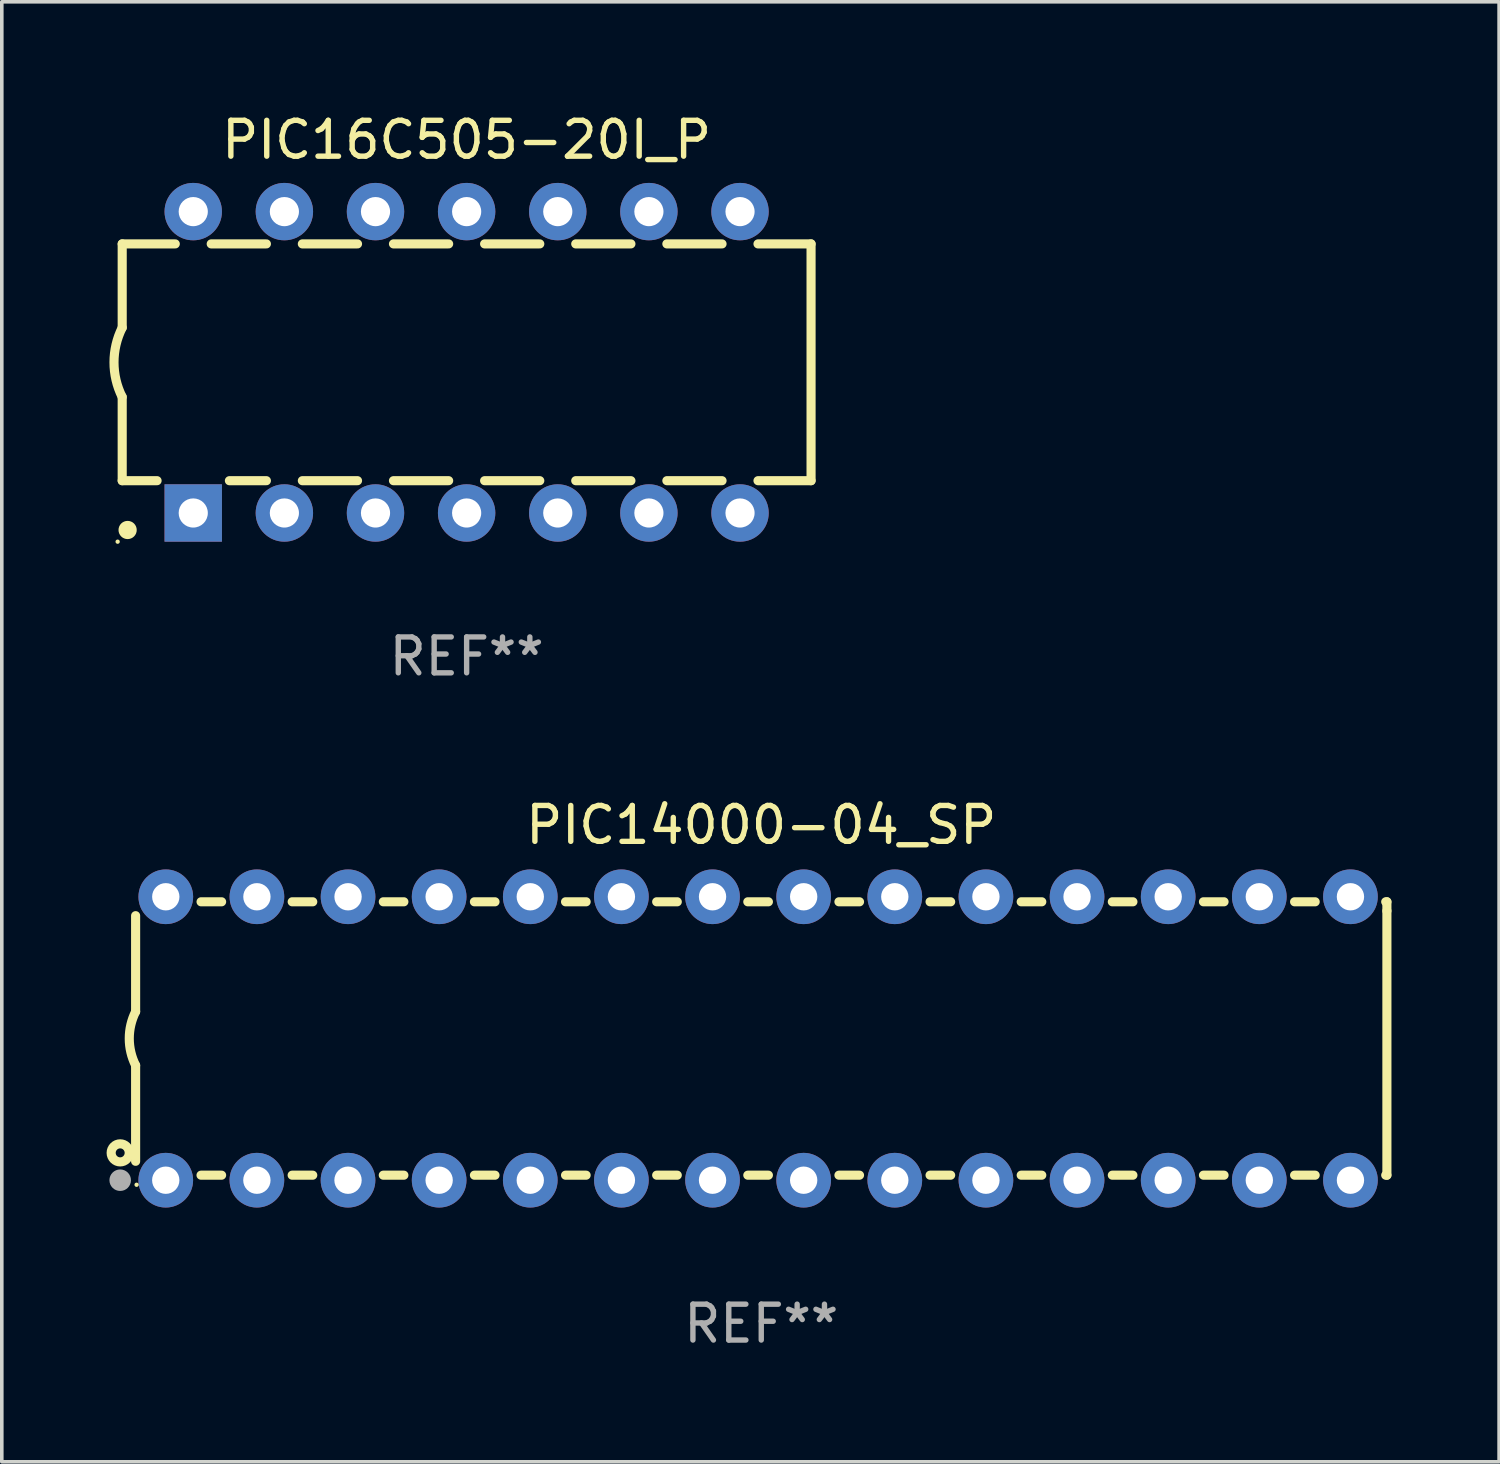
<source format=kicad_pcb>
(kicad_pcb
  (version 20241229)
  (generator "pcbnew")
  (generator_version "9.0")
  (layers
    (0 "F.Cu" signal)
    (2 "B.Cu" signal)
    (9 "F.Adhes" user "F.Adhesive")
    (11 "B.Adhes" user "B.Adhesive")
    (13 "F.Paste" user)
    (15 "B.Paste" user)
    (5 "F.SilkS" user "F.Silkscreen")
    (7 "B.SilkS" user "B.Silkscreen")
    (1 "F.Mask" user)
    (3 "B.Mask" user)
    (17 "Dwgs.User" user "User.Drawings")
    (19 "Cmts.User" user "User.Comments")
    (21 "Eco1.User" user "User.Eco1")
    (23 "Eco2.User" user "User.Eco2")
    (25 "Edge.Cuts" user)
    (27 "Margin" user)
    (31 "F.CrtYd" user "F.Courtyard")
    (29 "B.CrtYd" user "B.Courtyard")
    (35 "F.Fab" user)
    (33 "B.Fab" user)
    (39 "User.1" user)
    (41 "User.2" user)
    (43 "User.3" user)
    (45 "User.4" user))
  (footprint "PIC14000-04_SP"
    (layer "F.Cu")
    (at 18.168 25.895)
    (property "Reference" "PIC14000-04_SP" (at 0 -5.95 0) (layer "F.SilkS") (effects (font (size 1 1) (thickness 0.15))))
    (attr through_hole)
    (fp_line (start -17.438 0.75) (end -17.438 3.423) (stroke (width 0.254) (type solid)) (layer "F.SilkS"))
    (fp_line (start -17.438 -3.423) (end -17.438 -0.75) (stroke (width 0.254) (type solid)) (layer "F.SilkS"))
    (fp_line (start -15.615 3.81) (end -15.041 3.81) (stroke (width 0.254) (type solid)) (layer "F.SilkS"))
    (fp_line (start -15.041 -3.81) (end -15.614 -3.81) (stroke (width 0.254) (type solid)) (layer "F.SilkS"))
    (fp_line (start -13.075 3.81) (end -12.501 3.81) (stroke (width 0.254) (type solid)) (layer "F.SilkS"))
    (fp_line (start -12.501 -3.81) (end -13.074 -3.81) (stroke (width 0.254) (type solid)) (layer "F.SilkS"))
    (fp_line (start -10.535 3.81) (end -9.961 3.81) (stroke (width 0.254) (type solid)) (layer "F.SilkS"))
    (fp_line (start -9.961 -3.81) (end -10.534 -3.81) (stroke (width 0.254) (type solid)) (layer "F.SilkS"))
    (fp_line (start -7.995 3.81) (end -7.421 3.81) (stroke (width 0.254) (type solid)) (layer "F.SilkS"))
    (fp_line (start -7.421 -3.81) (end -7.995 -3.81) (stroke (width 0.254) (type solid)) (layer "F.SilkS"))
    (fp_line (start -5.455 3.81) (end -4.881 3.81) (stroke (width 0.254) (type solid)) (layer "F.SilkS"))
    (fp_line (start -4.881 -3.81) (end -5.455 -3.81) (stroke (width 0.254) (type solid)) (layer "F.SilkS"))
    (fp_line (start -2.915 3.81) (end -2.341 3.81) (stroke (width 0.254) (type solid)) (layer "F.SilkS"))
    (fp_line (start -2.341 -3.81) (end -2.915 -3.81) (stroke (width 0.254) (type solid)) (layer "F.SilkS"))
    (fp_line (start -0.375 3.81) (end 0.199 3.81) (stroke (width 0.254) (type solid)) (layer "F.SilkS"))
    (fp_line (start 0.199 -3.81) (end -0.375 -3.81) (stroke (width 0.254) (type solid)) (layer "F.SilkS"))
    (fp_line (start 2.165 3.81) (end 2.739 3.81) (stroke (width 0.254) (type solid)) (layer "F.SilkS"))
    (fp_line (start 2.739 -3.81) (end 2.165 -3.81) (stroke (width 0.254) (type solid)) (layer "F.SilkS"))
    (fp_line (start 4.705 3.81) (end 5.279 3.81) (stroke (width 0.254) (type solid)) (layer "F.SilkS"))
    (fp_line (start 5.279 -3.81) (end 4.705 -3.81) (stroke (width 0.254) (type solid)) (layer "F.SilkS"))
    (fp_line (start 7.245 3.81) (end 7.819 3.81) (stroke (width 0.254) (type solid)) (layer "F.SilkS"))
    (fp_line (start 7.819 -3.81) (end 7.245 -3.81) (stroke (width 0.254) (type solid)) (layer "F.SilkS"))
    (fp_line (start 9.785 3.81) (end 10.359 3.81) (stroke (width 0.254) (type solid)) (layer "F.SilkS"))
    (fp_line (start 10.359 -3.81) (end 9.785 -3.81) (stroke (width 0.254) (type solid)) (layer "F.SilkS"))
    (fp_line (start 12.325 3.81) (end 12.899 3.81) (stroke (width 0.254) (type solid)) (layer "F.SilkS"))
    (fp_line (start 12.899 -3.81) (end 12.325 -3.81) (stroke (width 0.254) (type solid)) (layer "F.SilkS"))
    (fp_line (start 14.865 3.81) (end 15.439 3.81) (stroke (width 0.254) (type solid)) (layer "F.SilkS"))
    (fp_line (start 15.439 -3.81) (end 14.865 -3.81) (stroke (width 0.254) (type solid)) (layer "F.SilkS"))
    (fp_line (start 17.405 3.81) (end 17.438 3.81) (stroke (width 0.254) (type solid)) (layer "F.SilkS"))
    (fp_line (start 17.438 -3.81) (end 17.405 -3.81) (stroke (width 0.254) (type solid)) (layer "F.SilkS"))
    (fp_line (start 17.438 -3.556) (end 17.438 -3.81) (stroke (width 0.254) (type solid)) (layer "F.SilkS"))
    (fp_line (start 17.438 3.81) (end 17.438 -3.556) (stroke (width 0.254) (type solid)) (layer "F.SilkS"))
    (fp_arc (start -17.437986 0.749657) (mid -17.614887 -0.000024) (end -17.437783 -0.749657) (stroke (width 0.254001) (type solid)) (layer "F.SilkS"))
    (fp_circle (center -17.868 3.188) (end -17.743 3.188) (stroke (width 0.254) (type solid)) (fill no) (layer "F.SilkS"))
    (fp_circle (center -17.411 4.077) (end -17.381 4.077) (stroke (width 0.06) (type solid)) (fill no) (layer "F.SilkS"))
    (fp_circle (center -17.868 3.95) (end -17.718 3.95) (stroke (width 0.3) (type solid)) (fill no) (layer "F.Fab"))
    (fp_text user "REF**" (at 0 7.95 0) (layer "F.Fab") (effects (font (size 1 1) (thickness 0.15))))
    (pad "1" thru_hole circle (at -16.598 3.95) (size 1.524 1.524) (drill 0.762) (layers "*.Cu" "*.Mask"))
    (pad "2" thru_hole circle (at -14.058 3.95) (size 1.524 1.524) (drill 0.762) (layers "*.Cu" "*.Mask"))
    (pad "3" thru_hole circle (at -11.518 3.95) (size 1.524 1.524) (drill 0.762) (layers "*.Cu" "*.Mask"))
    (pad "4" thru_hole circle (at -8.978 3.95) (size 1.524 1.524) (drill 0.762) (layers "*.Cu" "*.Mask"))
    (pad "5" thru_hole circle (at -6.438 3.95) (size 1.524 1.524) (drill 0.762) (layers "*.Cu" "*.Mask"))
    (pad "6" thru_hole circle (at -3.898 3.95) (size 1.524 1.524) (drill 0.762) (layers "*.Cu" "*.Mask"))
    (pad "7" thru_hole circle (at -1.358 3.95) (size 1.524 1.524) (drill 0.762) (layers "*.Cu" "*.Mask"))
    (pad "8" thru_hole circle (at 1.182 3.95) (size 1.524 1.524) (drill 0.762) (layers "*.Cu" "*.Mask"))
    (pad "9" thru_hole circle (at 3.722 3.95) (size 1.524 1.524) (drill 0.762) (layers "*.Cu" "*.Mask"))
    (pad "10" thru_hole circle (at 6.262 3.95) (size 1.524 1.524) (drill 0.762) (layers "*.Cu" "*.Mask"))
    (pad "11" thru_hole circle (at 8.802 3.95) (size 1.524 1.524) (drill 0.762) (layers "*.Cu" "*.Mask"))
    (pad "12" thru_hole circle (at 11.342 3.95) (size 1.524 1.524) (drill 0.762) (layers "*.Cu" "*.Mask"))
    (pad "13" thru_hole circle (at 13.882 3.95) (size 1.524 1.524) (drill 0.762) (layers "*.Cu" "*.Mask"))
    (pad "14" thru_hole circle (at 16.422 3.95) (size 1.524 1.524) (drill 0.762) (layers "*.Cu" "*.Mask"))
    (pad "15" thru_hole circle (at 16.422 -3.95) (size 1.524 1.524) (drill 0.762) (layers "*.Cu" "*.Mask"))
    (pad "16" thru_hole circle (at 13.882 -3.95) (size 1.524 1.524) (drill 0.762) (layers "*.Cu" "*.Mask"))
    (pad "17" thru_hole circle (at 11.342 -3.95) (size 1.524 1.524) (drill 0.762) (layers "*.Cu" "*.Mask"))
    (pad "18" thru_hole circle (at 8.802 -3.95) (size 1.524 1.524) (drill 0.762) (layers "*.Cu" "*.Mask"))
    (pad "19" thru_hole circle (at 6.262 -3.95) (size 1.524 1.524) (drill 0.762) (layers "*.Cu" "*.Mask"))
    (pad "20" thru_hole circle (at 3.722 -3.95) (size 1.524 1.524) (drill 0.762) (layers "*.Cu" "*.Mask"))
    (pad "21" thru_hole circle (at 1.182 -3.95) (size 1.524 1.524) (drill 0.762) (layers "*.Cu" "*.Mask"))
    (pad "22" thru_hole circle (at -1.358 -3.95) (size 1.524 1.524) (drill 0.762) (layers "*.Cu" "*.Mask"))
    (pad "23" thru_hole circle (at -3.898 -3.95) (size 1.524 1.524) (drill 0.762) (layers "*.Cu" "*.Mask"))
    (pad "24" thru_hole circle (at -6.438 -3.95) (size 1.524 1.524) (drill 0.762) (layers "*.Cu" "*.Mask"))
    (pad "25" thru_hole circle (at -8.978 -3.95) (size 1.524 1.524) (drill 0.762) (layers "*.Cu" "*.Mask"))
    (pad "26" thru_hole circle (at -11.517 -3.95) (size 1.524 1.524) (drill 0.762) (layers "*.Cu" "*.Mask"))
    (pad "27" thru_hole circle (at -14.057 -3.95) (size 1.524 1.524) (drill 0.762) (layers "*.Cu" "*.Mask"))
    (pad "28" thru_hole circle (at -16.597 -3.95) (size 1.524 1.524) (drill 0.762) (layers "*.Cu" "*.Mask")))
  (footprint "PIC16C505-20I_P"
    (layer "F.Cu")
    (at 9.956 7.048)
    (property "Reference" "PIC16C505-20I_P" (at 0 -6.2 0) (layer "F.SilkS") (effects (font (size 1 1) (thickness 0.15))))
    (attr through_hole)
    (fp_line (start -9.6 -3.3) (end -9.6 -0.965) (stroke (width 0.254) (type solid)) (layer "F.SilkS"))
    (fp_line (start -9.6 -3.3) (end -8.121 -3.3) (stroke (width 0.254) (type solid)) (layer "F.SilkS"))
    (fp_line (start -9.6 3.3) (end -9.6 0.965) (stroke (width 0.254) (type solid)) (layer "F.SilkS"))
    (fp_line (start -9.6 3.3) (end -8.628 3.3) (stroke (width 0.254) (type solid)) (layer "F.SilkS"))
    (fp_line (start -7.119 -3.3) (end -5.581 -3.3) (stroke (width 0.254) (type solid)) (layer "F.SilkS"))
    (fp_line (start -6.612 3.3) (end -5.581 3.3) (stroke (width 0.254) (type solid)) (layer "F.SilkS"))
    (fp_line (start -4.579 -3.3) (end -3.041 -3.3) (stroke (width 0.254) (type solid)) (layer "F.SilkS"))
    (fp_line (start -4.579 3.3) (end -3.041 3.3) (stroke (width 0.254) (type solid)) (layer "F.SilkS"))
    (fp_line (start -2.039 -3.3) (end -0.501 -3.3) (stroke (width 0.254) (type solid)) (layer "F.SilkS"))
    (fp_line (start -2.039 3.3) (end -0.501 3.3) (stroke (width 0.254) (type solid)) (layer "F.SilkS"))
    (fp_line (start 0.501 -3.3) (end 2.039 -3.3) (stroke (width 0.254) (type solid)) (layer "F.SilkS"))
    (fp_line (start 0.501 3.3) (end 2.039 3.3) (stroke (width 0.254) (type solid)) (layer "F.SilkS"))
    (fp_line (start 3.041 -3.3) (end 4.579 -3.3) (stroke (width 0.254) (type solid)) (layer "F.SilkS"))
    (fp_line (start 3.041 3.3) (end 4.579 3.3) (stroke (width 0.254) (type solid)) (layer "F.SilkS"))
    (fp_line (start 5.581 -3.3) (end 7.119 -3.3) (stroke (width 0.254) (type solid)) (layer "F.SilkS"))
    (fp_line (start 5.581 3.3) (end 7.119 3.3) (stroke (width 0.254) (type solid)) (layer "F.SilkS"))
    (fp_line (start 8.121 -3.3) (end 9.6 -3.3) (stroke (width 0.254) (type solid)) (layer "F.SilkS"))
    (fp_line (start 8.121 3.3) (end 9.6 3.3) (stroke (width 0.254) (type solid)) (layer "F.SilkS"))
    (fp_line (start 9.6 -3.3) (end 9.6 3.3) (stroke (width 0.254) (type solid)) (layer "F.SilkS"))
    (fp_arc (start -9.601219 0.965202) (mid -9.828641 -0.00004) (end -9.600025 -0.964999) (stroke (width 0.254001) (type solid)) (layer "F.SilkS"))
    (fp_circle (center -9.727 5) (end -9.697 5) (stroke (width 0.06) (type solid)) (fill no) (layer "F.SilkS"))
    (fp_circle (center -9.449 4.674) (end -9.322 4.674) (stroke (width 0.254) (type solid)) (fill no) (layer "F.SilkS"))
    (fp_text user "REF**" (at 0 8.2 0) (layer "F.Fab") (effects (font (size 1 1) (thickness 0.15))))
    (pad "1" thru_hole rect (at -7.62 4.2) (size 1.6 1.6) (drill 0.813) (layers "*.Cu" "*.Mask"))
    (pad "2" thru_hole circle (at -5.08 4.2) (size 1.6 1.6) (drill 0.813) (layers "*.Cu" "*.Mask"))
    (pad "3" thru_hole circle (at -2.54 4.2) (size 1.6 1.6) (drill 0.813) (layers "*.Cu" "*.Mask"))
    (pad "4" thru_hole circle (at 0 4.2) (size 1.6 1.6) (drill 0.813) (layers "*.Cu" "*.Mask"))
    (pad "5" thru_hole circle (at 2.54 4.2) (size 1.6 1.6) (drill 0.813) (layers "*.Cu" "*.Mask"))
    (pad "6" thru_hole circle (at 5.08 4.2) (size 1.6 1.6) (drill 0.813) (layers "*.Cu" "*.Mask"))
    (pad "7" thru_hole circle (at 7.62 4.2) (size 1.6 1.6) (drill 0.813) (layers "*.Cu" "*.Mask"))
    (pad "8" thru_hole circle (at 7.62 -4.2) (size 1.6 1.6) (drill 0.813) (layers "*.Cu" "*.Mask"))
    (pad "9" thru_hole circle (at 5.08 -4.2) (size 1.6 1.6) (drill 0.813) (layers "*.Cu" "*.Mask"))
    (pad "10" thru_hole circle (at 2.54 -4.2) (size 1.6 1.6) (drill 0.813) (layers "*.Cu" "*.Mask"))
    (pad "11" thru_hole circle (at 0 -4.2) (size 1.6 1.6) (drill 0.813) (layers "*.Cu" "*.Mask"))
    (pad "12" thru_hole circle (at -2.54 -4.2) (size 1.6 1.6) (drill 0.813) (layers "*.Cu" "*.Mask"))
    (pad "13" thru_hole circle (at -5.08 -4.2) (size 1.6 1.6) (drill 0.813) (layers "*.Cu" "*.Mask"))
    (pad "14" thru_hole circle (at -7.62 -4.2) (size 1.6 1.6) (drill 0.813) (layers "*.Cu" "*.Mask")))
  (gr_rect
    (start -3 -3)
    (end 38.733 37.693)
    (stroke (width 0.1) (type default))
    (fill no)
    (layer "Edge.Cuts")))
</source>
